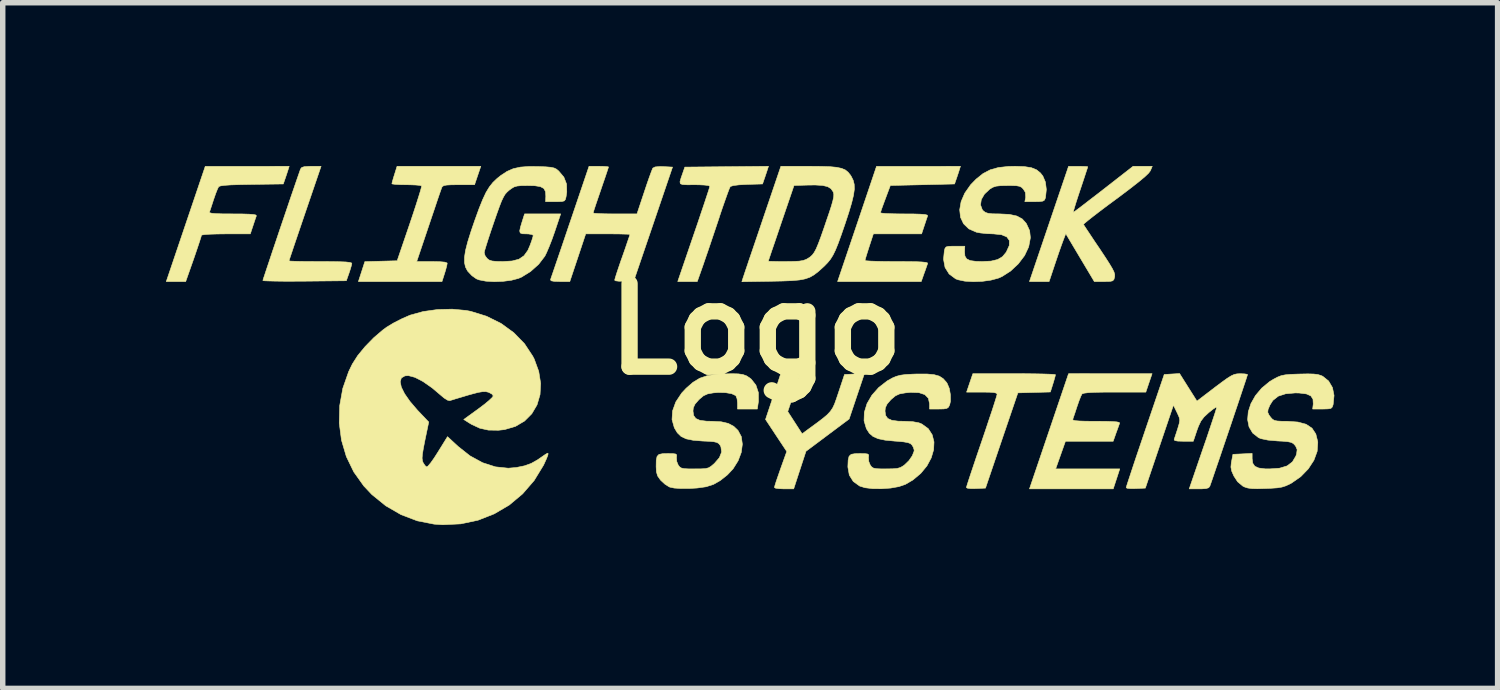
<source format=kicad_pcb>
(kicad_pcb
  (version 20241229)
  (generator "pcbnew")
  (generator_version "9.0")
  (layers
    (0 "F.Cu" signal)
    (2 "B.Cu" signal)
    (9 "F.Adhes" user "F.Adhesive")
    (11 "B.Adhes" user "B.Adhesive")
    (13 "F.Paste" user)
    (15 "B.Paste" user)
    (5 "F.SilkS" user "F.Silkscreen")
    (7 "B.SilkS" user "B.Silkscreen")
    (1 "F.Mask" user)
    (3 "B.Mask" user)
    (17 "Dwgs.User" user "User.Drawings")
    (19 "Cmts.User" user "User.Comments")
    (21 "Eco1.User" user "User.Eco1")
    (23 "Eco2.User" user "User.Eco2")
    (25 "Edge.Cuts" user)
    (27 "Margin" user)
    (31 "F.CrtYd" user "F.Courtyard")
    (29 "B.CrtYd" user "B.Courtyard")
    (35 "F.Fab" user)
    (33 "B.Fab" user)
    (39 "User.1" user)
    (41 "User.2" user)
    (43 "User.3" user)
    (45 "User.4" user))
  (footprint "Logo"
    (layer "F.Cu")
    (at 10.839 2.997)
    (property "Reference" "Logo" (at 0 0 0) (layer "F.SilkS") (effects (font (size 1.524 1.524) (thickness 0.3))))
    (attr through_hole)
    (fp_poly (pts (xy 1.852 1.234) (xy 1.712 1.651) (xy 0.919 2.244) (xy 0.806 2.589) (xy 0.693 2.935) (xy 0.516 2.935) (xy 0.424 2.931) (xy 0.36 2.922) (xy 0.339 2.909) (xy 0.348 2.874) (xy 0.372 2.797) (xy 0.409 2.69) (xy 0.452 2.566) (xy 0.566 2.248) (xy 0.371 1.954) (xy 0.176 1.659) (xy 0.316 1.239) (xy 0.456 0.818) (xy 0.64 0.818) (xy 0.743 0.822) (xy 0.797 0.832) (xy 0.81 0.851) (xy 0.809 0.854) (xy 0.795 0.893) (xy 0.766 0.974) (xy 0.729 1.085) (xy 0.689 1.202) (xy 0.584 1.514) (xy 0.848 1.923) (xy 0.967 1.835) (xy 1.116 1.726) (xy 1.227 1.642) (xy 1.308 1.574) (xy 1.366 1.512) (xy 1.409 1.449) (xy 1.444 1.375) (xy 1.478 1.28) (xy 1.516 1.167) (xy 1.627 0.833) (xy 1.993 0.816) (xy 1.852 1.234)) (stroke (width 0.01) (type solid)) (fill yes) (layer "F.SilkS"))
    (fp_poly (pts (xy 4.944 0.819) (xy 5.125 0.821) (xy 5.278 0.824) (xy 5.397 0.828) (xy 5.475 0.832) (xy 5.503 0.837) (xy 5.503 0.837) (xy 5.495 0.872) (xy 5.475 0.943) (xy 5.456 1.006) (xy 5.409 1.155) (xy 5.11 1.163) (xy 4.812 1.171) (xy 4.514 2.046) (xy 4.217 2.921) (xy 4.042 2.929) (xy 3.948 2.93) (xy 3.885 2.922) (xy 3.866 2.911) (xy 3.875 2.878) (xy 3.9 2.799) (xy 3.939 2.68) (xy 3.99 2.528) (xy 4.05 2.349) (xy 4.118 2.15) (xy 4.149 2.059) (xy 4.219 1.853) (xy 4.282 1.663) (xy 4.338 1.497) (xy 4.382 1.36) (xy 4.413 1.261) (xy 4.429 1.205) (xy 4.431 1.196) (xy 4.418 1.177) (xy 4.374 1.165) (xy 4.292 1.159) (xy 4.161 1.157) (xy 4.151 1.157) (xy 3.87 1.157) (xy 3.927 0.988) (xy 3.985 0.818) (xy 4.744 0.818) (xy 4.944 0.819)) (stroke (width 0.01) (type solid)) (fill yes) (layer "F.SilkS"))
    (fp_poly (pts (xy 7.22 0.988) (xy 7.163 1.157) (xy 6.591 1.157) (xy 6.38 1.158) (xy 6.22 1.161) (xy 6.107 1.167) (xy 6.034 1.176) (xy 5.996 1.188) (xy 5.99 1.192) (xy 5.968 1.235) (xy 5.936 1.316) (xy 5.901 1.417) (xy 5.898 1.425) (xy 5.865 1.527) (xy 5.837 1.609) (xy 5.821 1.656) (xy 5.821 1.658) (xy 5.828 1.672) (xy 5.867 1.682) (xy 5.942 1.688) (xy 6.061 1.692) (xy 6.23 1.693) (xy 6.251 1.693) (xy 6.425 1.694) (xy 6.549 1.698) (xy 6.629 1.704) (xy 6.671 1.713) (xy 6.682 1.727) (xy 6.681 1.729) (xy 6.665 1.774) (xy 6.637 1.852) (xy 6.615 1.912) (xy 6.563 2.06) (xy 5.686 2.06) (xy 5.596 2.314) (xy 5.506 2.568) (xy 6.684 2.568) (xy 6.624 2.752) (xy 6.564 2.935) (xy 5.025 2.935) (xy 5.384 1.877) (xy 5.743 0.819) (xy 7.278 0.818) (xy 7.22 0.988)) (stroke (width 0.01) (type solid)) (fill yes) (layer "F.SilkS"))
    (fp_poly (pts (xy 0.21 -2.929) (xy 0.186 -2.857) (xy 0.157 -2.771) (xy 0.155 -2.766) (xy 0.121 -2.667) (xy -0.162 -2.659) (xy -0.311 -2.651) (xy -0.415 -2.638) (xy -0.469 -2.621) (xy -0.473 -2.617) (xy -0.49 -2.58) (xy -0.521 -2.499) (xy -0.563 -2.381) (xy -0.614 -2.236) (xy -0.669 -2.073) (xy -0.677 -2.046) (xy -0.741 -1.855) (xy -0.808 -1.656) (xy -0.872 -1.466) (xy -0.929 -1.301) (xy -0.966 -1.192) (xy -1.078 -0.875) (xy -1.437 -0.875) (xy -1.142 -1.738) (xy -1.07 -1.948) (xy -1.005 -2.142) (xy -0.948 -2.311) (xy -0.902 -2.451) (xy -0.868 -2.554) (xy -0.85 -2.615) (xy -0.847 -2.627) (xy -0.873 -2.638) (xy -0.944 -2.647) (xy -1.047 -2.652) (xy -1.131 -2.653) (xy -1.263 -2.652) (xy -1.346 -2.656) (xy -1.388 -2.671) (xy -1.396 -2.707) (xy -1.378 -2.772) (xy -1.343 -2.873) (xy -1.341 -2.879) (xy -1.307 -2.977) (xy 0.23 -2.992) (xy 0.21 -2.929)) (stroke (width 0.01) (type solid)) (fill yes) (layer "F.SilkS"))
    (fp_poly (pts (xy -5.113 -2.822) (xy -5.17 -2.653) (xy -5.461 -2.653) (xy -5.594 -2.652) (xy -5.682 -2.647) (xy -5.734 -2.637) (xy -5.762 -2.62) (xy -5.772 -2.603) (xy -5.786 -2.564) (xy -5.816 -2.479) (xy -5.858 -2.356) (xy -5.909 -2.203) (xy -5.968 -2.029) (xy -6.012 -1.898) (xy -6.233 -1.242) (xy -5.953 -1.242) (xy -5.809 -1.239) (xy -5.718 -1.231) (xy -5.676 -1.216) (xy -5.673 -1.209) (xy -5.681 -1.165) (xy -5.701 -1.088) (xy -5.72 -1.026) (xy -5.768 -0.875) (xy -7.304 -0.875) (xy -7.245 -1.057) (xy -7.186 -1.24) (xy -6.592 -1.256) (xy -6.361 -1.933) (xy -6.299 -2.118) (xy -6.244 -2.286) (xy -6.199 -2.428) (xy -6.165 -2.538) (xy -6.146 -2.609) (xy -6.143 -2.632) (xy -6.175 -2.641) (xy -6.25 -2.648) (xy -6.356 -2.652) (xy -6.422 -2.653) (xy -6.537 -2.655) (xy -6.627 -2.66) (xy -6.68 -2.667) (xy -6.689 -2.672) (xy -6.681 -2.707) (xy -6.661 -2.778) (xy -6.641 -2.841) (xy -6.594 -2.992) (xy -5.055 -2.992) (xy -5.113 -2.822)) (stroke (width 0.01) (type solid)) (fill yes) (layer "F.SilkS"))
    (fp_poly (pts (xy -8.285 -2.128) (xy -8.356 -1.919) (xy -8.421 -1.728) (xy -8.478 -1.56) (xy -8.524 -1.423) (xy -8.558 -1.322) (xy -8.576 -1.265) (xy -8.58 -1.254) (xy -8.553 -1.25) (xy -8.478 -1.247) (xy -8.363 -1.244) (xy -8.217 -1.243) (xy -8.048 -1.242) (xy -8.001 -1.242) (xy -7.797 -1.241) (xy -7.643 -1.238) (xy -7.535 -1.234) (xy -7.466 -1.226) (xy -7.431 -1.216) (xy -7.425 -1.206) (xy -7.435 -1.161) (xy -7.458 -1.084) (xy -7.476 -1.03) (xy -7.526 -0.889) (xy -8.293 -0.881) (xy -8.494 -0.88) (xy -8.676 -0.88) (xy -8.83 -0.882) (xy -8.951 -0.885) (xy -9.029 -0.888) (xy -9.059 -0.893) (xy -9.059 -0.894) (xy -9.051 -0.923) (xy -9.026 -0.998) (xy -8.988 -1.113) (xy -8.939 -1.259) (xy -8.882 -1.431) (xy -8.818 -1.62) (xy -8.751 -1.82) (xy -8.682 -2.023) (xy -8.614 -2.223) (xy -8.55 -2.413) (xy -8.491 -2.584) (xy -8.441 -2.73) (xy -8.401 -2.845) (xy -8.375 -2.92) (xy -8.367 -2.942) (xy -8.345 -2.97) (xy -8.298 -2.985) (xy -8.212 -2.991) (xy -8.169 -2.992) (xy -7.99 -2.992) (xy -8.285 -2.128)) (stroke (width 0.01) (type solid)) (fill yes) (layer "F.SilkS"))
    (fp_poly (pts (xy -8.596 -2.928) (xy -8.619 -2.857) (xy -8.648 -2.771) (xy -8.65 -2.766) (xy -8.684 -2.667) (xy -9.264 -2.659) (xy -9.481 -2.655) (xy -9.645 -2.65) (xy -9.762 -2.642) (xy -9.835 -2.632) (xy -9.869 -2.619) (xy -9.871 -2.617) (xy -9.893 -2.574) (xy -9.925 -2.494) (xy -9.96 -2.393) (xy -9.963 -2.385) (xy -9.996 -2.283) (xy -10.023 -2.201) (xy -10.039 -2.154) (xy -10.04 -2.152) (xy -10.033 -2.138) (xy -9.994 -2.128) (xy -9.919 -2.122) (xy -9.8 -2.118) (xy -9.631 -2.117) (xy -9.61 -2.117) (xy -9.435 -2.116) (xy -9.311 -2.112) (xy -9.231 -2.106) (xy -9.189 -2.097) (xy -9.179 -2.083) (xy -9.179 -2.081) (xy -9.195 -2.036) (xy -9.221 -1.958) (xy -9.241 -1.898) (xy -9.29 -1.75) (xy -9.739 -1.75) (xy -9.898 -1.748) (xy -10.031 -1.744) (xy -10.128 -1.737) (xy -10.181 -1.729) (xy -10.188 -1.724) (xy -10.197 -1.689) (xy -10.222 -1.611) (xy -10.259 -1.5) (xy -10.305 -1.365) (xy -10.332 -1.286) (xy -10.477 -0.875) (xy -10.834 -0.875) (xy -10.476 -1.933) (xy -10.118 -2.991) (xy -9.347 -2.991) (xy -8.576 -2.992) (xy -8.596 -2.928)) (stroke (width 0.01) (type solid)) (fill yes) (layer "F.SilkS"))
    (fp_poly (pts (xy 3.737 -2.928) (xy 3.714 -2.857) (xy 3.685 -2.771) (xy 3.683 -2.766) (xy 3.649 -2.667) (xy 3.059 -2.653) (xy 2.469 -2.639) (xy 2.379 -2.399) (xy 2.339 -2.291) (xy 2.307 -2.203) (xy 2.29 -2.148) (xy 2.287 -2.138) (xy 2.313 -2.131) (xy 2.386 -2.124) (xy 2.497 -2.12) (xy 2.635 -2.117) (xy 2.726 -2.117) (xy 2.9 -2.116) (xy 3.023 -2.112) (xy 3.103 -2.106) (xy 3.144 -2.096) (xy 3.154 -2.083) (xy 3.154 -2.081) (xy 3.138 -2.036) (xy 3.112 -1.958) (xy 3.092 -1.898) (xy 3.043 -1.75) (xy 2.157 -1.75) (xy 2.08 -1.515) (xy 2.046 -1.408) (xy 2.019 -1.321) (xy 2.005 -1.269) (xy 2.004 -1.261) (xy 2.031 -1.255) (xy 2.106 -1.25) (xy 2.22 -1.246) (xy 2.367 -1.243) (xy 2.536 -1.242) (xy 2.585 -1.242) (xy 2.788 -1.241) (xy 2.941 -1.239) (xy 3.048 -1.234) (xy 3.115 -1.227) (xy 3.149 -1.218) (xy 3.154 -1.206) (xy 3.138 -1.161) (xy 3.111 -1.083) (xy 3.089 -1.023) (xy 3.037 -0.875) (xy 1.5 -0.875) (xy 1.858 -1.933) (xy 2.215 -2.991) (xy 2.986 -2.991) (xy 3.757 -2.992) (xy 3.737 -2.928)) (stroke (width 0.01) (type solid)) (fill yes) (layer "F.SilkS"))
    (fp_poly (pts (xy 7.246 -2.909) (xy 7.213 -2.865) (xy 7.139 -2.795) (xy 7.023 -2.699) (xy 6.864 -2.575) (xy 6.66 -2.421) (xy 6.61 -2.384) (xy 6.45 -2.266) (xy 6.307 -2.158) (xy 6.186 -2.065) (xy 6.094 -1.992) (xy 6.035 -1.943) (xy 6.017 -1.923) (xy 6.035 -1.895) (xy 6.079 -1.828) (xy 6.145 -1.729) (xy 6.226 -1.607) (xy 6.317 -1.473) (xy 6.421 -1.316) (xy 6.496 -1.199) (xy 6.547 -1.113) (xy 6.578 -1.051) (xy 6.591 -1.005) (xy 6.591 -0.969) (xy 6.589 -0.958) (xy 6.577 -0.913) (xy 6.554 -0.888) (xy 6.507 -0.877) (xy 6.421 -0.875) (xy 6.393 -0.875) (xy 6.216 -0.875) (xy 5.954 -1.314) (xy 5.692 -1.754) (xy 5.64 -1.618) (xy 5.609 -1.533) (xy 5.567 -1.414) (xy 5.52 -1.276) (xy 5.487 -1.178) (xy 5.386 -0.875) (xy 5.025 -0.875) (xy 5.384 -1.933) (xy 5.743 -2.991) (xy 5.92 -2.991) (xy 6.011 -2.99) (xy 6.075 -2.987) (xy 6.096 -2.983) (xy 6.088 -2.955) (xy 6.064 -2.883) (xy 6.029 -2.776) (xy 5.985 -2.643) (xy 5.957 -2.56) (xy 5.91 -2.418) (xy 5.871 -2.297) (xy 5.844 -2.206) (xy 5.83 -2.154) (xy 5.829 -2.145) (xy 5.854 -2.161) (xy 5.917 -2.208) (xy 6.012 -2.28) (xy 6.132 -2.373) (xy 6.273 -2.481) (xy 6.385 -2.568) (xy 6.929 -2.992) (xy 7.105 -2.992) (xy 7.281 -2.992) (xy 7.246 -2.909)) (stroke (width 0.01) (type solid)) (fill yes) (layer "F.SilkS"))
    (fp_poly (pts (xy -2.796 -2.99) (xy -2.732 -2.985) (xy -2.709 -2.98) (xy -2.718 -2.95) (xy -2.742 -2.877) (xy -2.778 -2.77) (xy -2.824 -2.637) (xy -2.85 -2.56) (xy -2.899 -2.417) (xy -2.941 -2.294) (xy -2.972 -2.2) (xy -2.989 -2.144) (xy -2.992 -2.134) (xy -2.965 -2.128) (xy -2.892 -2.123) (xy -2.783 -2.119) (xy -2.647 -2.117) (xy -2.589 -2.117) (xy -2.186 -2.117) (xy -2.052 -2.519) (xy -2.004 -2.663) (xy -1.96 -2.789) (xy -1.924 -2.887) (xy -1.901 -2.946) (xy -1.895 -2.958) (xy -1.853 -2.98) (xy -1.763 -2.988) (xy -1.702 -2.986) (xy -1.533 -2.977) (xy -1.888 -1.933) (xy -2.244 -0.889) (xy -2.42 -0.881) (xy -2.517 -0.88) (xy -2.58 -0.888) (xy -2.596 -0.9) (xy -2.587 -0.935) (xy -2.563 -1.014) (xy -2.526 -1.125) (xy -2.48 -1.26) (xy -2.455 -1.329) (xy -2.406 -1.469) (xy -2.365 -1.59) (xy -2.334 -1.68) (xy -2.317 -1.732) (xy -2.314 -1.74) (xy -2.341 -1.744) (xy -2.414 -1.746) (xy -2.523 -1.749) (xy -2.66 -1.75) (xy -2.721 -1.75) (xy -3.128 -1.75) (xy -3.274 -1.312) (xy -3.42 -0.875) (xy -3.604 -0.875) (xy -3.708 -0.878) (xy -3.762 -0.888) (xy -3.775 -0.907) (xy -3.774 -0.91) (xy -3.763 -0.944) (xy -3.735 -1.025) (xy -3.693 -1.148) (xy -3.639 -1.306) (xy -3.575 -1.493) (xy -3.504 -1.703) (xy -3.427 -1.931) (xy -3.414 -1.968) (xy -3.067 -2.992) (xy -2.888 -2.992) (xy -2.796 -2.99)) (stroke (width 0.01) (type solid)) (fill yes) (layer "F.SilkS"))
    (fp_poly (pts (xy 7.942 1.069) (xy 8.102 1.322) (xy 8.432 1.07) (xy 8.563 0.972) (xy 8.659 0.903) (xy 8.73 0.859) (xy 8.786 0.833) (xy 8.836 0.822) (xy 8.89 0.819) (xy 8.897 0.819) (xy 8.975 0.822) (xy 9.024 0.83) (xy 9.031 0.836) (xy 9.022 0.865) (xy 8.998 0.94) (xy 8.96 1.054) (xy 8.911 1.201) (xy 8.854 1.372) (xy 8.79 1.561) (xy 8.723 1.761) (xy 8.654 1.964) (xy 8.586 2.164) (xy 8.522 2.354) (xy 8.463 2.525) (xy 8.413 2.672) (xy 8.374 2.786) (xy 8.347 2.862) (xy 8.339 2.886) (xy 8.317 2.914) (xy 8.27 2.929) (xy 8.184 2.935) (xy 8.14 2.935) (xy 7.96 2.935) (xy 8.213 2.197) (xy 8.28 2.004) (xy 8.339 1.827) (xy 8.39 1.675) (xy 8.43 1.554) (xy 8.456 1.471) (xy 8.467 1.434) (xy 8.467 1.433) (xy 8.447 1.437) (xy 8.397 1.471) (xy 8.325 1.528) (xy 8.319 1.533) (xy 8.233 1.613) (xy 8.175 1.689) (xy 8.13 1.784) (xy 8.102 1.86) (xy 8.035 2.06) (xy 7.852 2.06) (xy 7.749 2.057) (xy 7.695 2.047) (xy 7.683 2.027) (xy 7.684 2.025) (xy 7.699 1.98) (xy 7.725 1.901) (xy 7.749 1.827) (xy 7.776 1.735) (xy 7.786 1.674) (xy 7.776 1.621) (xy 7.746 1.553) (xy 7.735 1.53) (xy 7.67 1.397) (xy 7.154 2.921) (xy 6.978 2.929) (xy 6.887 2.93) (xy 6.823 2.924) (xy 6.802 2.914) (xy 6.81 2.883) (xy 6.835 2.805) (xy 6.875 2.684) (xy 6.926 2.529) (xy 6.988 2.343) (xy 7.059 2.134) (xy 7.136 1.907) (xy 7.151 1.862) (xy 7.501 0.833) (xy 7.783 0.816) (xy 7.942 1.069)) (stroke (width 0.01) (type solid)) (fill yes) (layer "F.SilkS"))
    (fp_poly (pts (xy 1.193 -2.99) (xy 1.358 -2.985) (xy 1.483 -2.973) (xy 1.575 -2.953) (xy 1.643 -2.924) (xy 1.694 -2.882) (xy 1.738 -2.827) (xy 1.752 -2.804) (xy 1.786 -2.736) (xy 1.805 -2.661) (xy 1.808 -2.572) (xy 1.792 -2.46) (xy 1.758 -2.319) (xy 1.705 -2.141) (xy 1.637 -1.934) (xy 1.567 -1.731) (xy 1.51 -1.574) (xy 1.461 -1.453) (xy 1.415 -1.359) (xy 1.369 -1.285) (xy 1.318 -1.222) (xy 1.258 -1.16) (xy 1.23 -1.134) (xy 1.143 -1.056) (xy 1.066 -0.997) (xy 0.989 -0.953) (xy 0.902 -0.923) (xy 0.797 -0.903) (xy 0.663 -0.891) (xy 0.49 -0.884) (xy 0.301 -0.88) (xy -0.259 -0.871) (xy -0.239 -0.936) (xy -0.225 -0.977) (xy -0.196 -1.065) (xy -0.152 -1.194) (xy -0.134 -1.249) (xy 0.227 -1.249) (xy 0.253 -1.246) (xy 0.324 -1.244) (xy 0.429 -1.242) (xy 0.543 -1.242) (xy 0.691 -1.244) (xy 0.794 -1.249) (xy 0.867 -1.261) (xy 0.922 -1.281) (xy 0.951 -1.297) (xy 0.997 -1.327) (xy 1.035 -1.362) (xy 1.07 -1.409) (xy 1.106 -1.475) (xy 1.145 -1.568) (xy 1.193 -1.696) (xy 1.253 -1.867) (xy 1.286 -1.965) (xy 1.346 -2.14) (xy 1.388 -2.27) (xy 1.414 -2.364) (xy 1.428 -2.43) (xy 1.43 -2.476) (xy 1.423 -2.511) (xy 1.418 -2.523) (xy 1.379 -2.58) (xy 1.317 -2.618) (xy 1.225 -2.64) (xy 1.092 -2.648) (xy 0.966 -2.647) (xy 0.699 -2.639) (xy 0.463 -1.947) (xy 0.4 -1.761) (xy 0.343 -1.593) (xy 0.294 -1.451) (xy 0.257 -1.341) (xy 0.234 -1.272) (xy 0.227 -1.249) (xy -0.134 -1.249) (xy -0.097 -1.357) (xy -0.032 -1.548) (xy 0.04 -1.76) (xy 0.117 -1.988) (xy 0.12 -1.997) (xy 0.458 -2.992) (xy 0.98 -2.992) (xy 1.193 -2.99)) (stroke (width 0.01) (type solid)) (fill yes) (layer "F.SilkS"))
    (fp_poly (pts (xy 4.933 -2.986) (xy 5.06 -2.966) (xy 5.154 -2.928) (xy 5.227 -2.869) (xy 5.271 -2.813) (xy 5.318 -2.702) (xy 5.335 -2.565) (xy 5.32 -2.422) (xy 5.316 -2.406) (xy 5.301 -2.371) (xy 5.271 -2.352) (xy 5.211 -2.344) (xy 5.12 -2.342) (xy 4.94 -2.342) (xy 4.956 -2.421) (xy 4.95 -2.512) (xy 4.915 -2.569) (xy 4.883 -2.604) (xy 4.844 -2.624) (xy 4.785 -2.635) (xy 4.692 -2.638) (xy 4.624 -2.638) (xy 4.499 -2.636) (xy 4.415 -2.627) (xy 4.353 -2.607) (xy 4.298 -2.574) (xy 4.296 -2.573) (xy 4.198 -2.481) (xy 4.14 -2.381) (xy 4.126 -2.282) (xy 4.158 -2.195) (xy 4.177 -2.173) (xy 4.214 -2.145) (xy 4.264 -2.128) (xy 4.341 -2.119) (xy 4.46 -2.117) (xy 4.476 -2.117) (xy 4.657 -2.108) (xy 4.793 -2.078) (xy 4.892 -2.025) (xy 4.964 -1.945) (xy 4.97 -1.935) (xy 5.028 -1.809) (xy 5.042 -1.679) (xy 5.014 -1.529) (xy 5.007 -1.504) (xy 4.935 -1.351) (xy 4.821 -1.201) (xy 4.679 -1.068) (xy 4.522 -0.967) (xy 4.451 -0.936) (xy 4.316 -0.9) (xy 4.158 -0.878) (xy 3.993 -0.872) (xy 3.839 -0.881) (xy 3.714 -0.907) (xy 3.669 -0.924) (xy 3.549 -1.013) (xy 3.474 -1.133) (xy 3.446 -1.284) (xy 3.461 -1.436) (xy 3.473 -1.484) (xy 3.494 -1.51) (xy 3.538 -1.521) (xy 3.619 -1.524) (xy 3.657 -1.524) (xy 3.837 -1.524) (xy 3.833 -1.421) (xy 3.839 -1.343) (xy 3.871 -1.291) (xy 3.936 -1.259) (xy 4.043 -1.245) (xy 4.155 -1.242) (xy 4.32 -1.25) (xy 4.441 -1.279) (xy 4.53 -1.332) (xy 4.598 -1.414) (xy 4.601 -1.42) (xy 4.654 -1.536) (xy 4.656 -1.628) (xy 4.608 -1.695) (xy 4.51 -1.735) (xy 4.363 -1.75) (xy 4.358 -1.75) (xy 4.238 -1.755) (xy 4.123 -1.767) (xy 4.05 -1.781) (xy 3.911 -1.842) (xy 3.814 -1.936) (xy 3.758 -2.055) (xy 3.743 -2.193) (xy 3.769 -2.343) (xy 3.836 -2.498) (xy 3.944 -2.652) (xy 4.045 -2.756) (xy 4.172 -2.858) (xy 4.304 -2.927) (xy 4.454 -2.969) (xy 4.637 -2.989) (xy 4.761 -2.992) (xy 4.933 -2.986)) (stroke (width 0.01) (type solid)) (fill yes) (layer "F.SilkS"))
    (fp_poly (pts (xy -3.999 -2.987) (xy -3.864 -2.982) (xy -3.772 -2.974) (xy -3.71 -2.961) (xy -3.666 -2.94) (xy -3.628 -2.908) (xy -3.626 -2.907) (xy -3.529 -2.792) (xy -3.48 -2.666) (xy -3.476 -2.518) (xy -3.489 -2.431) (xy -3.501 -2.383) (xy -3.522 -2.356) (xy -3.566 -2.345) (xy -3.648 -2.342) (xy -3.686 -2.342) (xy -3.865 -2.342) (xy -3.861 -2.443) (xy -3.867 -2.527) (xy -3.897 -2.584) (xy -3.96 -2.618) (xy -4.064 -2.635) (xy -4.19 -2.638) (xy -4.309 -2.637) (xy -4.389 -2.629) (xy -4.446 -2.612) (xy -4.498 -2.58) (xy -4.535 -2.552) (xy -4.574 -2.517) (xy -4.608 -2.479) (xy -4.639 -2.427) (xy -4.674 -2.354) (xy -4.714 -2.251) (xy -4.765 -2.109) (xy -4.817 -1.959) (xy -4.872 -1.798) (xy -4.92 -1.652) (xy -4.958 -1.532) (xy -4.984 -1.446) (xy -4.993 -1.404) (xy -4.993 -1.404) (xy -4.976 -1.348) (xy -4.939 -1.298) (xy -4.901 -1.269) (xy -4.849 -1.252) (xy -4.769 -1.244) (xy -4.649 -1.242) (xy -4.48 -1.252) (xy -4.354 -1.285) (xy -4.261 -1.349) (xy -4.19 -1.448) (xy -4.151 -1.539) (xy -4.119 -1.627) (xy -4.098 -1.695) (xy -4.092 -1.723) (xy -4.117 -1.739) (xy -4.181 -1.749) (xy -4.219 -1.75) (xy -4.291 -1.752) (xy -4.331 -1.767) (xy -4.341 -1.804) (xy -4.326 -1.875) (xy -4.299 -1.966) (xy -4.251 -2.117) (xy -3.588 -2.117) (xy -3.698 -1.789) (xy -3.748 -1.648) (xy -3.8 -1.515) (xy -3.847 -1.405) (xy -3.879 -1.34) (xy -3.992 -1.192) (xy -4.141 -1.059) (xy -4.305 -0.957) (xy -4.364 -0.932) (xy -4.493 -0.898) (xy -4.648 -0.878) (xy -4.81 -0.872) (xy -4.962 -0.881) (xy -5.087 -0.905) (xy -5.136 -0.924) (xy -5.218 -0.982) (xy -5.291 -1.059) (xy -5.301 -1.072) (xy -5.337 -1.141) (xy -5.355 -1.222) (xy -5.355 -1.321) (xy -5.336 -1.445) (xy -5.296 -1.602) (xy -5.235 -1.797) (xy -5.164 -2.004) (xy -5.087 -2.216) (xy -5.02 -2.382) (xy -4.959 -2.512) (xy -4.897 -2.614) (xy -4.831 -2.697) (xy -4.755 -2.769) (xy -4.69 -2.821) (xy -4.575 -2.897) (xy -4.459 -2.948) (xy -4.327 -2.977) (xy -4.165 -2.989) (xy -3.999 -2.987)) (stroke (width 0.01) (type solid)) (fill yes) (layer "F.SilkS"))
    (fp_poly (pts (xy 10.247 0.825) (xy 10.323 0.834) (xy 10.381 0.852) (xy 10.413 0.866) (xy 10.521 0.953) (xy 10.592 1.074) (xy 10.621 1.219) (xy 10.605 1.379) (xy 10.603 1.39) (xy 10.588 1.432) (xy 10.563 1.456) (xy 10.512 1.465) (xy 10.422 1.468) (xy 10.405 1.468) (xy 10.228 1.468) (xy 10.239 1.375) (xy 10.234 1.287) (xy 10.194 1.226) (xy 10.112 1.19) (xy 9.983 1.174) (xy 9.909 1.172) (xy 9.73 1.188) (xy 9.595 1.232) (xy 9.497 1.31) (xy 9.443 1.395) (xy 9.409 1.475) (xy 9.403 1.528) (xy 9.426 1.578) (xy 9.456 1.619) (xy 9.489 1.655) (xy 9.525 1.677) (xy 9.578 1.688) (xy 9.664 1.693) (xy 9.76 1.693) (xy 9.957 1.707) (xy 10.108 1.748) (xy 10.216 1.82) (xy 10.286 1.926) (xy 10.321 2.067) (xy 10.322 2.084) (xy 10.311 2.245) (xy 10.251 2.409) (xy 10.148 2.567) (xy 10.009 2.71) (xy 9.84 2.828) (xy 9.808 2.845) (xy 9.735 2.879) (xy 9.663 2.902) (xy 9.577 2.916) (xy 9.46 2.924) (xy 9.356 2.928) (xy 9.211 2.932) (xy 9.109 2.929) (xy 9.036 2.919) (xy 8.979 2.901) (xy 8.946 2.885) (xy 8.849 2.804) (xy 8.78 2.698) (xy 8.74 2.607) (xy 8.726 2.534) (xy 8.734 2.451) (xy 8.738 2.432) (xy 8.763 2.3) (xy 8.939 2.292) (xy 9.116 2.283) (xy 9.116 2.379) (xy 9.127 2.463) (xy 9.165 2.519) (xy 9.238 2.552) (xy 9.355 2.567) (xy 9.437 2.568) (xy 9.62 2.555) (xy 9.758 2.513) (xy 9.856 2.439) (xy 9.92 2.331) (xy 9.933 2.291) (xy 9.943 2.213) (xy 9.915 2.149) (xy 9.904 2.135) (xy 9.873 2.102) (xy 9.834 2.081) (xy 9.773 2.068) (xy 9.677 2.059) (xy 9.589 2.055) (xy 9.407 2.039) (xy 9.278 2.012) (xy 9.234 1.994) (xy 9.126 1.909) (xy 9.059 1.796) (xy 9.033 1.663) (xy 9.045 1.518) (xy 9.094 1.368) (xy 9.177 1.221) (xy 9.292 1.084) (xy 9.437 0.964) (xy 9.515 0.917) (xy 9.586 0.88) (xy 9.65 0.855) (xy 9.723 0.84) (xy 9.819 0.831) (xy 9.953 0.826) (xy 9.991 0.825) (xy 10.141 0.822) (xy 10.247 0.825)) (stroke (width 0.01) (type solid)) (fill yes) (layer "F.SilkS"))
    (fp_poly (pts (xy -0.324 0.822) (xy -0.241 0.834) (xy -0.176 0.857) (xy -0.119 0.894) (xy -0.087 0.919) (xy -0.001 1.028) (xy 0.045 1.167) (xy 0.046 1.328) (xy 0.044 1.338) (xy 0.025 1.468) (xy -0.339 1.468) (xy -0.339 1.358) (xy -0.347 1.28) (xy -0.368 1.226) (xy -0.374 1.22) (xy -0.447 1.186) (xy -0.559 1.167) (xy -0.694 1.164) (xy -0.783 1.171) (xy -0.888 1.19) (xy -0.965 1.225) (xy -1.039 1.287) (xy -1.05 1.298) (xy -1.119 1.377) (xy -1.151 1.446) (xy -1.157 1.505) (xy -1.145 1.587) (xy -1.105 1.642) (xy -1.029 1.676) (xy -0.91 1.691) (xy -0.811 1.693) (xy -0.64 1.702) (xy -0.509 1.732) (xy -0.408 1.786) (xy -0.33 1.861) (xy -0.269 1.975) (xy -0.25 2.114) (xy -0.27 2.265) (xy -0.328 2.419) (xy -0.42 2.566) (xy -0.525 2.678) (xy -0.655 2.781) (xy -0.779 2.852) (xy -0.915 2.896) (xy -1.078 2.919) (xy -1.214 2.927) (xy -1.381 2.928) (xy -1.502 2.92) (xy -1.582 2.903) (xy -1.596 2.897) (xy -1.672 2.849) (xy -1.747 2.78) (xy -1.758 2.767) (xy -1.807 2.697) (xy -1.829 2.621) (xy -1.834 2.526) (xy -1.832 2.41) (xy -1.817 2.339) (xy -1.782 2.302) (xy -1.714 2.288) (xy -1.624 2.286) (xy -1.528 2.287) (xy -1.476 2.294) (xy -1.457 2.311) (xy -1.459 2.345) (xy -1.461 2.357) (xy -1.455 2.433) (xy -1.428 2.498) (xy -1.402 2.531) (xy -1.37 2.552) (xy -1.319 2.563) (xy -1.236 2.568) (xy -1.128 2.568) (xy -1.007 2.567) (xy -0.927 2.562) (xy -0.871 2.548) (xy -0.825 2.52) (xy -0.772 2.475) (xy -0.764 2.468) (xy -0.672 2.362) (xy -0.631 2.258) (xy -0.644 2.162) (xy -0.659 2.133) (xy -0.684 2.102) (xy -0.718 2.082) (xy -0.773 2.069) (xy -0.862 2.061) (xy -0.979 2.056) (xy -1.153 2.042) (xy -1.281 2.016) (xy -1.375 1.972) (xy -1.445 1.904) (xy -1.5 1.812) (xy -1.542 1.662) (xy -1.532 1.502) (xy -1.473 1.338) (xy -1.365 1.175) (xy -1.282 1.086) (xy -1.157 0.977) (xy -1.033 0.902) (xy -0.895 0.855) (xy -0.728 0.83) (xy -0.598 0.823) (xy -0.439 0.819) (xy -0.324 0.822)) (stroke (width 0.01) (type solid)) (fill yes) (layer "F.SilkS"))
    (fp_poly (pts (xy 3.27 0.836) (xy 3.367 0.863) (xy 3.439 0.909) (xy 3.499 0.976) (xy 3.512 0.995) (xy 3.552 1.089) (xy 3.573 1.208) (xy 3.574 1.324) (xy 3.559 1.39) (xy 3.538 1.433) (xy 3.507 1.456) (xy 3.451 1.466) (xy 3.359 1.468) (xy 3.189 1.468) (xy 3.189 1.371) (xy 3.168 1.271) (xy 3.103 1.203) (xy 2.994 1.167) (xy 2.839 1.162) (xy 2.745 1.171) (xy 2.639 1.19) (xy 2.563 1.225) (xy 2.489 1.287) (xy 2.477 1.298) (xy 2.409 1.377) (xy 2.377 1.446) (xy 2.371 1.505) (xy 2.382 1.586) (xy 2.421 1.641) (xy 2.495 1.675) (xy 2.612 1.691) (xy 2.723 1.693) (xy 2.879 1.7) (xy 2.993 1.721) (xy 3.047 1.743) (xy 3.165 1.828) (xy 3.238 1.941) (xy 3.271 2.073) (xy 3.264 2.217) (xy 3.22 2.366) (xy 3.141 2.513) (xy 3.028 2.65) (xy 2.884 2.771) (xy 2.744 2.853) (xy 2.626 2.893) (xy 2.476 2.92) (xy 2.31 2.932) (xy 2.148 2.931) (xy 2.005 2.914) (xy 1.905 2.883) (xy 1.788 2.799) (xy 1.715 2.682) (xy 1.689 2.535) (xy 1.689 2.52) (xy 1.694 2.405) (xy 1.711 2.336) (xy 1.75 2.3) (xy 1.821 2.288) (xy 1.903 2.286) (xy 1.999 2.287) (xy 2.051 2.294) (xy 2.071 2.311) (xy 2.069 2.344) (xy 2.067 2.357) (xy 2.073 2.433) (xy 2.1 2.498) (xy 2.126 2.532) (xy 2.159 2.553) (xy 2.212 2.564) (xy 2.297 2.568) (xy 2.39 2.568) (xy 2.513 2.566) (xy 2.596 2.559) (xy 2.655 2.542) (xy 2.706 2.512) (xy 2.728 2.496) (xy 2.809 2.418) (xy 2.872 2.327) (xy 2.905 2.243) (xy 2.907 2.222) (xy 2.891 2.17) (xy 2.867 2.13) (xy 2.839 2.103) (xy 2.791 2.085) (xy 2.712 2.071) (xy 2.592 2.06) (xy 2.547 2.057) (xy 2.373 2.04) (xy 2.244 2.013) (xy 2.151 1.972) (xy 2.083 1.913) (xy 2.03 1.83) (xy 2.029 1.829) (xy 1.986 1.684) (xy 1.991 1.529) (xy 2.04 1.369) (xy 2.13 1.214) (xy 2.256 1.072) (xy 2.413 0.95) (xy 2.51 0.896) (xy 2.579 0.867) (xy 2.654 0.847) (xy 2.749 0.834) (xy 2.879 0.827) (xy 2.963 0.824) (xy 3.139 0.824) (xy 3.27 0.836)) (stroke (width 0.01) (type solid)) (fill yes) (layer "F.SilkS"))
    (fp_poly (pts (xy -5.323 -0.343) (xy -5.241 -0.327) (xy -4.95 -0.237) (xy -4.684 -0.105) (xy -4.45 0.065) (xy -4.253 0.267) (xy -4.101 0.497) (xy -4.074 0.549) (xy -3.991 0.776) (xy -3.956 0.996) (xy -3.967 1.203) (xy -4.022 1.391) (xy -4.118 1.554) (xy -4.251 1.688) (xy -4.419 1.787) (xy -4.62 1.846) (xy -4.732 1.858) (xy -4.917 1.855) (xy -5.075 1.82) (xy -5.227 1.749) (xy -5.26 1.729) (xy -5.369 1.66) (xy -5.097 1.463) (xy -4.991 1.383) (xy -4.905 1.312) (xy -4.847 1.257) (xy -4.826 1.228) (xy -4.85 1.194) (xy -4.908 1.162) (xy -4.914 1.16) (xy -4.964 1.148) (xy -5.022 1.149) (xy -5.102 1.162) (xy -5.216 1.192) (xy -5.295 1.214) (xy -5.418 1.251) (xy -5.523 1.282) (xy -5.597 1.305) (xy -5.625 1.314) (xy -5.667 1.305) (xy -5.729 1.266) (xy -5.759 1.241) (xy -5.949 1.08) (xy -6.118 0.962) (xy -6.265 0.886) (xy -6.386 0.854) (xy -6.45 0.859) (xy -6.515 0.897) (xy -6.536 0.967) (xy -6.516 1.065) (xy -6.456 1.186) (xy -6.357 1.328) (xy -6.221 1.487) (xy -6.203 1.506) (xy -6.012 1.707) (xy -6.082 2.043) (xy -6.111 2.192) (xy -6.128 2.297) (xy -6.134 2.369) (xy -6.128 2.418) (xy -6.117 2.45) (xy -6.081 2.506) (xy -6.05 2.532) (xy -6.024 2.514) (xy -5.975 2.456) (xy -5.912 2.367) (xy -5.843 2.259) (xy -5.667 1.975) (xy -5.474 2.154) (xy -5.254 2.328) (xy -5.023 2.454) (xy -4.787 2.53) (xy -4.551 2.555) (xy -4.402 2.542) (xy -4.251 2.511) (xy -4.129 2.467) (xy -4.012 2.401) (xy -3.943 2.353) (xy -3.868 2.301) (xy -3.829 2.279) (xy -3.818 2.287) (xy -3.825 2.32) (xy -3.851 2.386) (xy -3.89 2.472) (xy -3.902 2.498) (xy -4.075 2.781) (xy -4.287 3.026) (xy -4.533 3.232) (xy -4.809 3.394) (xy -5.107 3.511) (xy -5.424 3.578) (xy -5.754 3.594) (xy -5.913 3.583) (xy -6.223 3.522) (xy -6.522 3.408) (xy -6.802 3.246) (xy -7.057 3.039) (xy -7.205 2.882) (xy -7.389 2.624) (xy -7.526 2.341) (xy -7.615 2.04) (xy -7.656 1.726) (xy -7.648 1.407) (xy -7.591 1.089) (xy -7.483 0.78) (xy -7.415 0.64) (xy -7.316 0.485) (xy -7.18 0.32) (xy -7.023 0.159) (xy -6.857 0.017) (xy -6.781 -0.039) (xy -6.658 -0.113) (xy -6.511 -0.188) (xy -6.368 -0.251) (xy -6.35 -0.258) (xy -6.115 -0.323) (xy -5.852 -0.36) (xy -5.581 -0.367) (xy -5.323 -0.343)) (stroke (width 0.01) (type solid)) (fill yes) (layer "F.SilkS")))
  (gr_rect
    (start -3 -3)
    (end 24.465 9.597)
    (stroke (width 0.1) (type default))
    (fill no)
    (layer "Edge.Cuts")))
</source>
